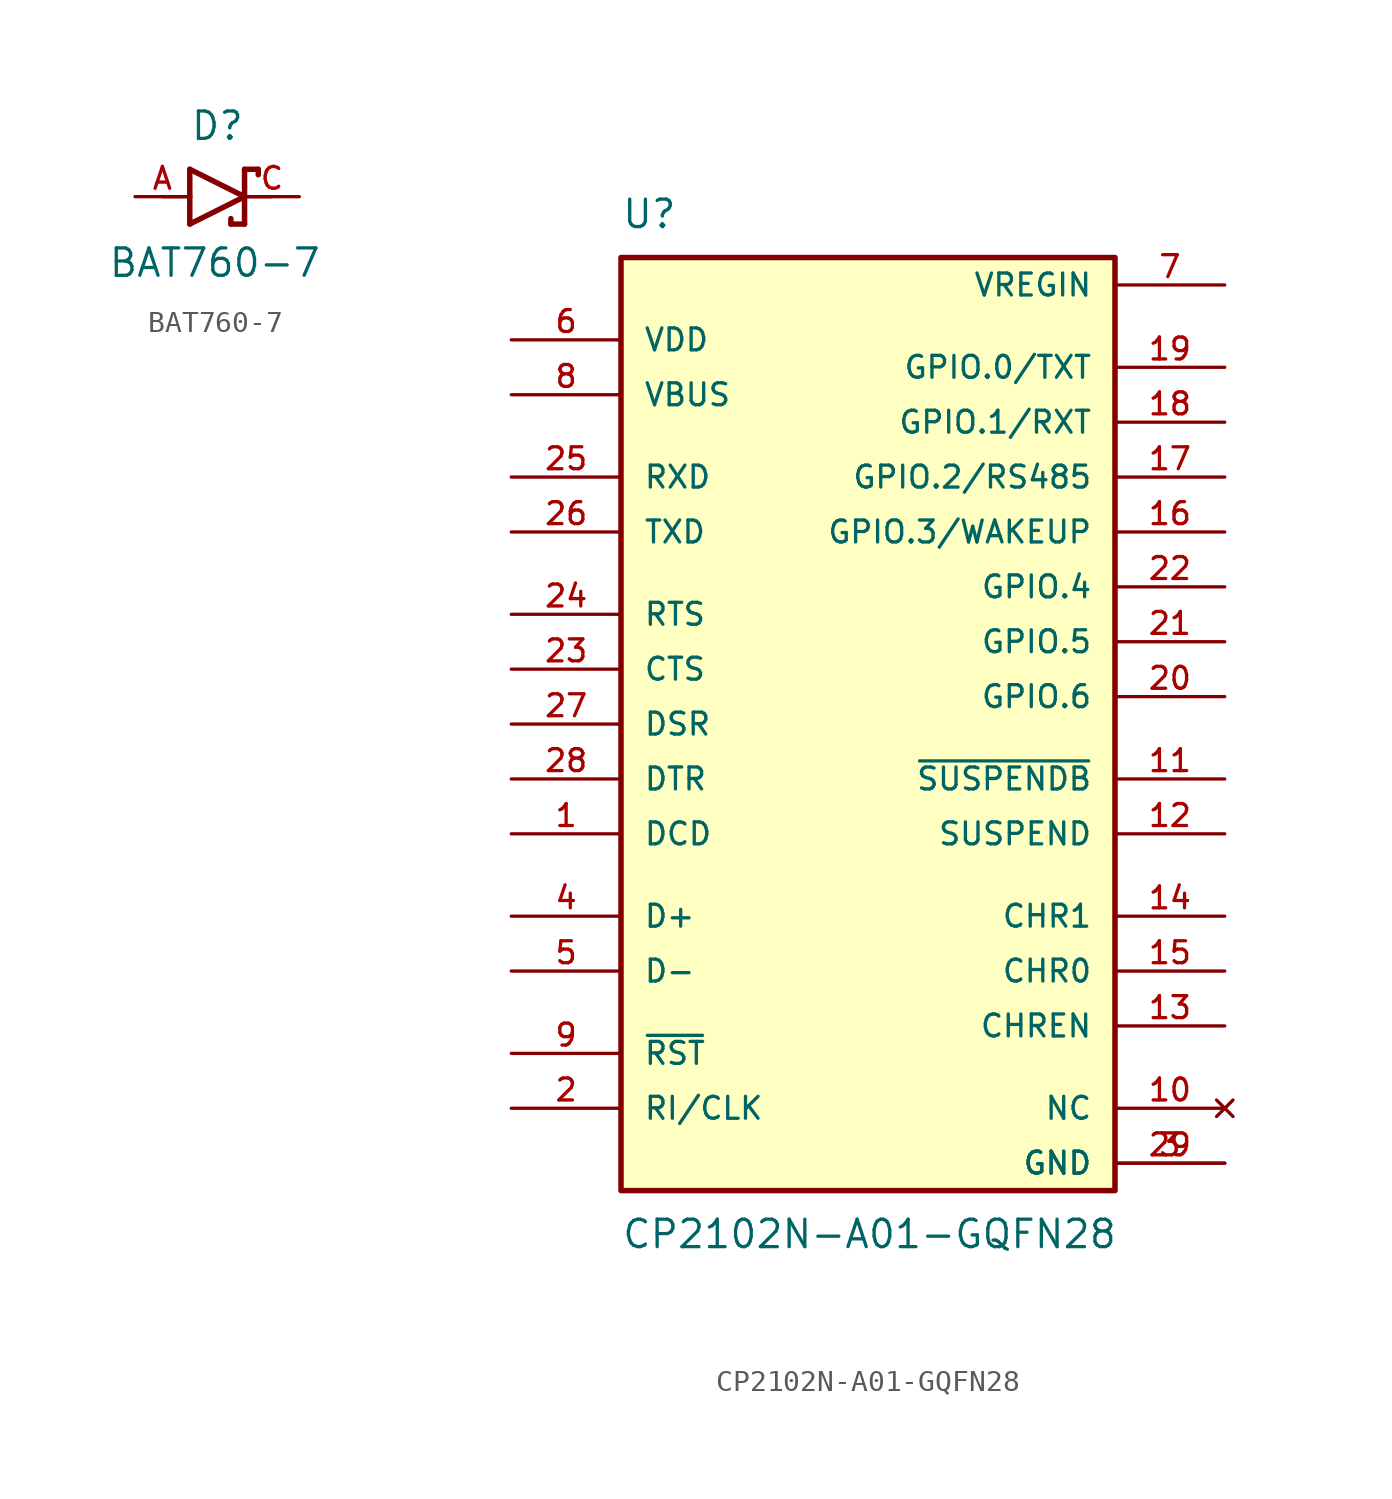
<source format=kicad_sym>
(kicad_symbol_lib
  (version 20220914)
  (generator kicad_symbol_editor)
  (symbol "BAT760-7"
    (pin_names
      (offset 1.016))
    (property "Reference" "D"
      (at -1.27 2.54 0)
      (effects (font (size 1.27 1.27)) (justify left bottom)))
    (property "Value" "BAT760-7"
      (at -5.08 -3.81 0)
      (effects (font (size 1.27 1.27)) (justify left bottom)))
    (symbol "BAT760-7_0_0"
      (polyline (pts (xy -2.54 0) (xy -1.27 0)) (stroke (width 0.152) (type default)) (fill (type none)))
      (polyline (pts (xy -1.27 -1.27) (xy 1.27 0)) (stroke (width 0.254) (type default)) (fill (type none)))
      (polyline (pts (xy -1.27 0) (xy -1.27 -1.27)) (stroke (width 0.254) (type default)) (fill (type none)))
      (polyline (pts (xy -1.27 1.27) (xy -1.27 0)) (stroke (width 0.254) (type default)) (fill (type none)))
      (polyline (pts (xy 0.635 -1.016) (xy 0.635 -1.27)) (stroke (width 0.254) (type default)) (fill (type none)))
      (polyline (pts (xy 1.27 -1.27) (xy 0.635 -1.27)) (stroke (width 0.254) (type default)) (fill (type none)))
      (polyline (pts (xy 1.27 0) (xy -1.27 1.27)) (stroke (width 0.254) (type default)) (fill (type none)))
      (polyline (pts (xy 1.27 0) (xy 1.27 -1.27)) (stroke (width 0.254) (type default)) (fill (type none)))
      (polyline (pts (xy 1.27 1.27) (xy 1.27 0)) (stroke (width 0.254) (type default)) (fill (type none)))
      (polyline (pts (xy 1.905 1.27) (xy 1.27 1.27)) (stroke (width 0.254) (type default)) (fill (type none)))
      (polyline (pts (xy 1.905 1.27) (xy 1.905 1.016)) (stroke (width 0.254) (type default)) (fill (type none)))
      (polyline (pts (xy 2.54 0) (xy 1.27 0)) (stroke (width 0.152) (type default)) (fill (type none)))
      (pin passive line (at -3.81 0 0) (length 2.54) (name "~" (effects (font (size 1.016 1.016)))) (number "A" (effects (font (size 1.016 1.016)))))
      (pin passive line (at 3.81 0 180) (length 2.54) (name "~" (effects (font (size 1.016 1.016)))) (number "C" (effects (font (size 1.016 1.016)))))))
  (symbol "CP2102N-A01-GQFN28"
    (pin_names
      (offset 1.016))
    (property "Reference" "U"
      (at -11.43 22.86 0)
      (effects (font (size 1.27 1.27)) (justify left bottom)))
    (property "Value" "CP2102N-A01-GQFN28"
      (at -11.43 -22.86 0)
      (effects (font (size 1.27 1.27)) (justify left top)))
    (symbol "CP2102N-A01-GQFN28_0_0"
      (rectangle (start -11.43 21.59) (end 11.43 -21.59) (stroke (width 0.254) (type default)) (fill (type background)))
      (pin input line (at -16.51 -5.08 0) (length 5.08) (name "DCD" (effects (font (size 1.016 1.016)))) (number "1" (effects (font (size 1.016 1.016)))))
      (pin no_connect line (at 16.51 -17.78 180) (length 5.08) (name "NC" (effects (font (size 1.016 1.016)))) (number "10" (effects (font (size 1.016 1.016)))))
      (pin output line (at 16.51 -2.54 180) (length 5.08) (name "~{SUSPENDB}" (effects (font (size 1.016 1.016)))) (number "11" (effects (font (size 1.016 1.016)))))
      (pin output line (at 16.51 -5.08 180) (length 5.08) (name "SUSPEND" (effects (font (size 1.016 1.016)))) (number "12" (effects (font (size 1.016 1.016)))))
      (pin output line (at 16.51 -13.97 180) (length 5.08) (name "CHREN" (effects (font (size 1.016 1.016)))) (number "13" (effects (font (size 1.016 1.016)))))
      (pin output line (at 16.51 -8.89 180) (length 5.08) (name "CHR1" (effects (font (size 1.016 1.016)))) (number "14" (effects (font (size 1.016 1.016)))))
      (pin output line (at 16.51 -11.43 180) (length 5.08) (name "CHR0" (effects (font (size 1.016 1.016)))) (number "15" (effects (font (size 1.016 1.016)))))
      (pin bidirectional line (at 16.51 8.89 180) (length 5.08) (name "GPIO.3/WAKEUP" (effects (font (size 1.016 1.016)))) (number "16" (effects (font (size 1.016 1.016)))))
      (pin bidirectional line (at 16.51 11.43 180) (length 5.08) (name "GPIO.2/RS485" (effects (font (size 1.016 1.016)))) (number "17" (effects (font (size 1.016 1.016)))))
      (pin bidirectional line (at 16.51 13.97 180) (length 5.08) (name "GPIO.1/RXT" (effects (font (size 1.016 1.016)))) (number "18" (effects (font (size 1.016 1.016)))))
      (pin bidirectional line (at 16.51 16.51 180) (length 5.08) (name "GPIO.0/TXT" (effects (font (size 1.016 1.016)))) (number "19" (effects (font (size 1.016 1.016)))))
      (pin bidirectional line (at -16.51 -17.78 0) (length 5.08) (name "RI/CLK" (effects (font (size 1.016 1.016)))) (number "2" (effects (font (size 1.016 1.016)))))
      (pin bidirectional line (at 16.51 1.27 180) (length 5.08) (name "GPIO.6" (effects (font (size 1.016 1.016)))) (number "20" (effects (font (size 1.016 1.016)))))
      (pin bidirectional line (at 16.51 3.81 180) (length 5.08) (name "GPIO.5" (effects (font (size 1.016 1.016)))) (number "21" (effects (font (size 1.016 1.016)))))
      (pin bidirectional line (at 16.51 6.35 180) (length 5.08) (name "GPIO.4" (effects (font (size 1.016 1.016)))) (number "22" (effects (font (size 1.016 1.016)))))
      (pin input line (at -16.51 2.54 0) (length 5.08) (name "CTS" (effects (font (size 1.016 1.016)))) (number "23" (effects (font (size 1.016 1.016)))))
      (pin output line (at -16.51 5.08 0) (length 5.08) (name "RTS" (effects (font (size 1.016 1.016)))) (number "24" (effects (font (size 1.016 1.016)))))
      (pin input line (at -16.51 11.43 0) (length 5.08) (name "RXD" (effects (font (size 1.016 1.016)))) (number "25" (effects (font (size 1.016 1.016)))))
      (pin output line (at -16.51 8.89 0) (length 5.08) (name "TXD" (effects (font (size 1.016 1.016)))) (number "26" (effects (font (size 1.016 1.016)))))
      (pin input line (at -16.51 0 0) (length 5.08) (name "DSR" (effects (font (size 1.016 1.016)))) (number "27" (effects (font (size 1.016 1.016)))))
      (pin output line (at -16.51 -2.54 0) (length 5.08) (name "DTR" (effects (font (size 1.016 1.016)))) (number "28" (effects (font (size 1.016 1.016)))))
      (pin power_in line (at 16.51 -20.32 180) (length 5.08) (name "GND" (effects (font (size 1.016 1.016)))) (number "29" (effects (font (size 1.016 1.016)))))
      (pin power_in line (at 16.51 -20.32 180) (length 5.08) (name "GND" (effects (font (size 1.016 1.016)))) (number "3" (effects (font (size 1.016 1.016)))))
      (pin bidirectional line (at -16.51 -8.89 0) (length 5.08) (name "D+" (effects (font (size 1.016 1.016)))) (number "4" (effects (font (size 1.016 1.016)))))
      (pin bidirectional line (at -16.51 -11.43 0) (length 5.08) (name "D-" (effects (font (size 1.016 1.016)))) (number "5" (effects (font (size 1.016 1.016)))))
      (pin power_in line (at -16.51 17.78 0) (length 5.08) (name "VDD" (effects (font (size 1.016 1.016)))) (number "6" (effects (font (size 1.016 1.016)))))
      (pin power_in line (at 16.51 20.32 180) (length 5.08) (name "VREGIN" (effects (font (size 1.016 1.016)))) (number "7" (effects (font (size 1.016 1.016)))))
      (pin power_in line (at -16.51 15.24 0) (length 5.08) (name "VBUS" (effects (font (size 1.016 1.016)))) (number "8" (effects (font (size 1.016 1.016)))))
      (pin input line (at -16.51 -15.24 0) (length 5.08) (name "~{RST}" (effects (font (size 1.016 1.016)))) (number "9" (effects (font (size 1.016 1.016))))))))
</source>
